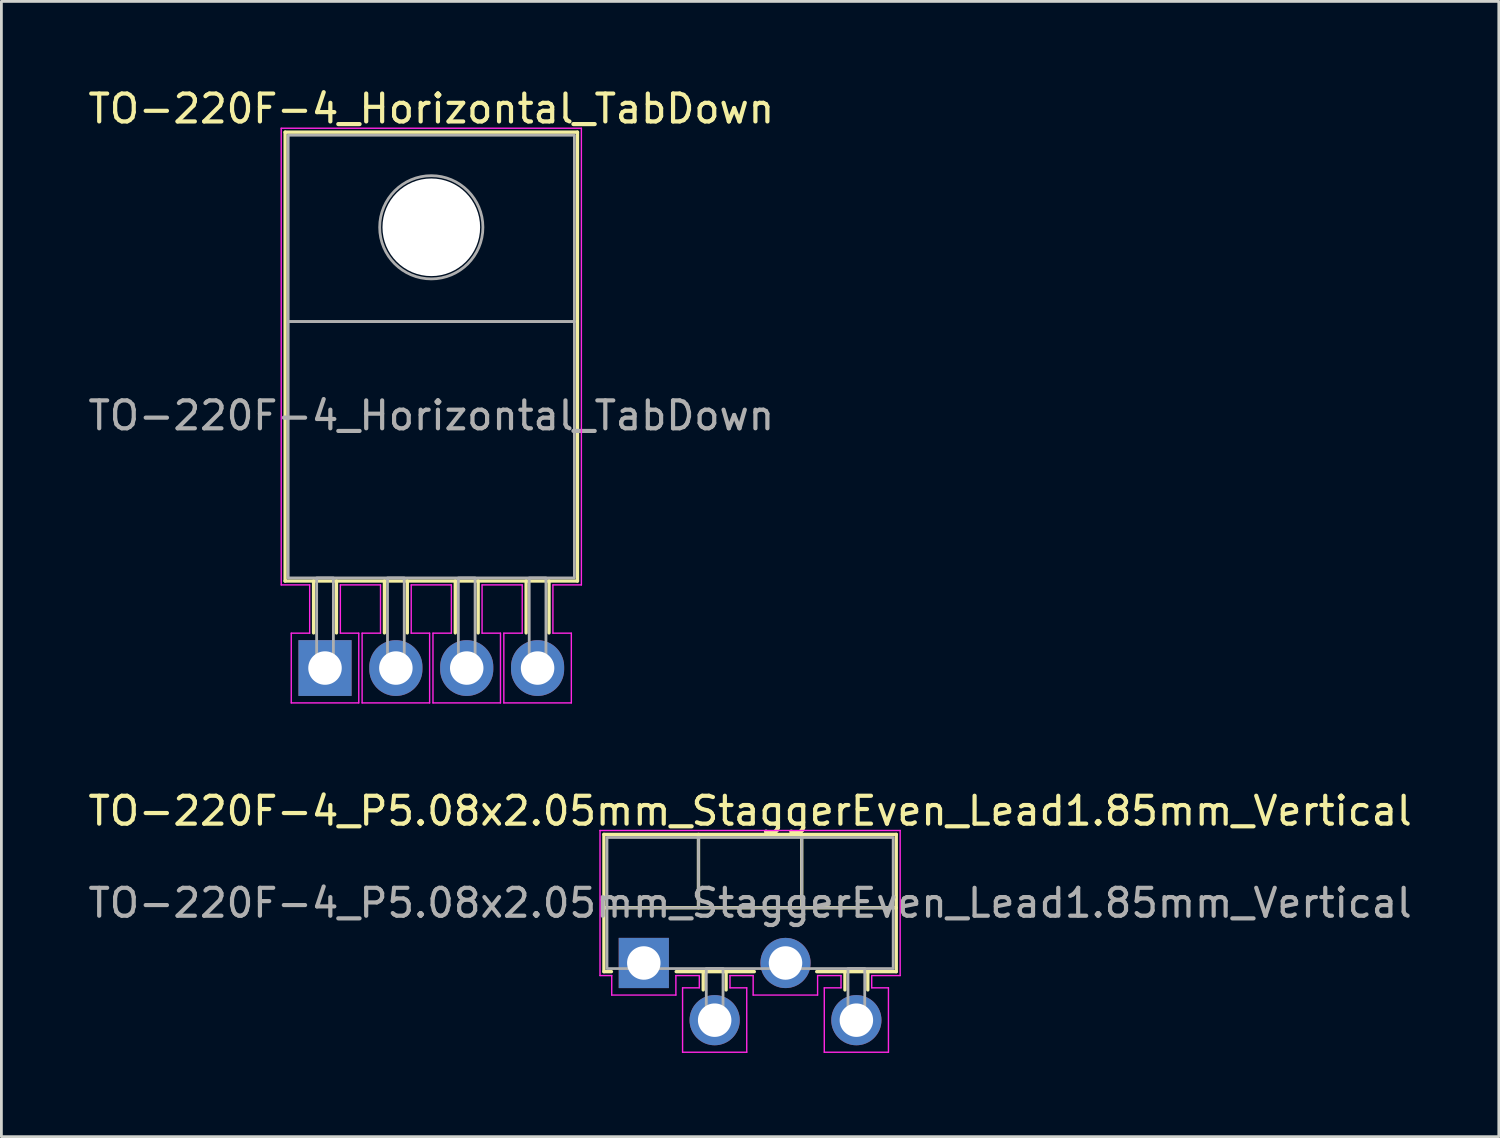
<source format=kicad_pcb>
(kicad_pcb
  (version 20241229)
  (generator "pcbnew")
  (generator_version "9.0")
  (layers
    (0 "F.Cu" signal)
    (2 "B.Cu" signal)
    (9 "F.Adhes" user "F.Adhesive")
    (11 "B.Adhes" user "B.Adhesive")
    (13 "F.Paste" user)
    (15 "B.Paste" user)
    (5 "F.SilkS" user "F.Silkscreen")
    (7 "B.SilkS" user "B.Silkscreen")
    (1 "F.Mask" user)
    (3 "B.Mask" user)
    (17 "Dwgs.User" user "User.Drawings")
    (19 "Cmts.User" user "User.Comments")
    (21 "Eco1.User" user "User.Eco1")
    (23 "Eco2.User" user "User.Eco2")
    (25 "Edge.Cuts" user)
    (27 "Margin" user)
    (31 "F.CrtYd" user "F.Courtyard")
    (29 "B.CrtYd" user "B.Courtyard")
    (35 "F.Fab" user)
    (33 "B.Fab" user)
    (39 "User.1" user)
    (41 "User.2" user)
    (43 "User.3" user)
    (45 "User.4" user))
  (footprint "TO-220F-4_Horizontal_TabDown"
    (layer "F.Cu")
    (at 8.601 20.898)
    (property "Reference" "TO-220F-4_Horizontal_TabDown" (at 3.81 -20.05 0) (layer "F.SilkS") (effects (font (size 1 1) (thickness 0.15))))
    (attr through_hole)
    (fp_line (start -1.43 -19.21) (end 9.05 -19.21) (stroke (width 0.12) (type solid)) (layer "F.SilkS"))
    (fp_line (start -1.43 -3.12) (end -1.43 -19.21) (stroke (width 0.12) (type solid)) (layer "F.SilkS"))
    (fp_line (start -1.43 -3.12) (end 9.05 -3.12) (stroke (width 0.12) (type solid)) (layer "F.SilkS"))
    (fp_line (start -0.41 -3.12) (end -0.41 -1.26) (stroke (width 0.12) (type solid)) (layer "F.SilkS"))
    (fp_line (start 0.41 -3.12) (end 0.41 -1.26) (stroke (width 0.12) (type solid)) (layer "F.SilkS"))
    (fp_line (start 2.13 -3.12) (end 2.13 -1.26) (stroke (width 0.12) (type solid)) (layer "F.SilkS"))
    (fp_line (start 2.95 -3.12) (end 2.95 -1.26) (stroke (width 0.12) (type solid)) (layer "F.SilkS"))
    (fp_line (start 4.67 -3.12) (end 4.67 -1.26) (stroke (width 0.12) (type solid)) (layer "F.SilkS"))
    (fp_line (start 5.49 -3.12) (end 5.49 -1.26) (stroke (width 0.12) (type solid)) (layer "F.SilkS"))
    (fp_line (start 7.21 -3.12) (end 7.21 -1.26) (stroke (width 0.12) (type solid)) (layer "F.SilkS"))
    (fp_line (start 8.03 -3.12) (end 8.03 -1.26) (stroke (width 0.12) (type solid)) (layer "F.SilkS"))
    (fp_line (start 9.05 -3.12) (end 9.05 -19.21) (stroke (width 0.12) (type solid)) (layer "F.SilkS"))
    (fp_line (start -1.57 -19.35) (end 9.19 -19.35) (stroke (width 0.05) (type solid)) (layer "F.CrtYd"))
    (fp_line (start -1.57 -2.98) (end -1.57 -19.35) (stroke (width 0.05) (type solid)) (layer "F.CrtYd"))
    (fp_line (start -1.21 -1.25) (end -0.55 -1.25) (stroke (width 0.05) (type solid)) (layer "F.CrtYd"))
    (fp_line (start -1.21 1.25) (end -1.21 -1.25) (stroke (width 0.05) (type solid)) (layer "F.CrtYd"))
    (fp_line (start -0.55 -2.98) (end -1.57 -2.98) (stroke (width 0.05) (type solid)) (layer "F.CrtYd"))
    (fp_line (start -0.55 -1.25) (end -0.55 -2.98) (stroke (width 0.05) (type solid)) (layer "F.CrtYd"))
    (fp_line (start 0.55 -2.98) (end 0.55 -1.25) (stroke (width 0.05) (type solid)) (layer "F.CrtYd"))
    (fp_line (start 0.55 -1.25) (end 1.21 -1.25) (stroke (width 0.05) (type solid)) (layer "F.CrtYd"))
    (fp_line (start 1.21 -1.25) (end 1.21 1.25) (stroke (width 0.05) (type solid)) (layer "F.CrtYd"))
    (fp_line (start 1.21 1.25) (end -1.21 1.25) (stroke (width 0.05) (type solid)) (layer "F.CrtYd"))
    (fp_line (start 1.33 -1.25) (end 1.99 -1.25) (stroke (width 0.05) (type solid)) (layer "F.CrtYd"))
    (fp_line (start 1.33 1.25) (end 1.33 -1.25) (stroke (width 0.05) (type solid)) (layer "F.CrtYd"))
    (fp_line (start 1.99 -2.98) (end 0.55 -2.98) (stroke (width 0.05) (type solid)) (layer "F.CrtYd"))
    (fp_line (start 1.99 -1.25) (end 1.99 -2.98) (stroke (width 0.05) (type solid)) (layer "F.CrtYd"))
    (fp_line (start 3.09 -2.98) (end 3.09 -1.25) (stroke (width 0.05) (type solid)) (layer "F.CrtYd"))
    (fp_line (start 3.09 -1.25) (end 3.75 -1.25) (stroke (width 0.05) (type solid)) (layer "F.CrtYd"))
    (fp_line (start 3.75 -1.25) (end 3.75 1.25) (stroke (width 0.05) (type solid)) (layer "F.CrtYd"))
    (fp_line (start 3.75 1.25) (end 1.33 1.25) (stroke (width 0.05) (type solid)) (layer "F.CrtYd"))
    (fp_line (start 3.87 -1.25) (end 4.53 -1.25) (stroke (width 0.05) (type solid)) (layer "F.CrtYd"))
    (fp_line (start 3.87 1.25) (end 3.87 -1.25) (stroke (width 0.05) (type solid)) (layer "F.CrtYd"))
    (fp_line (start 4.53 -2.98) (end 3.09 -2.98) (stroke (width 0.05) (type solid)) (layer "F.CrtYd"))
    (fp_line (start 4.53 -1.25) (end 4.53 -2.98) (stroke (width 0.05) (type solid)) (layer "F.CrtYd"))
    (fp_line (start 5.63 -2.98) (end 5.63 -1.25) (stroke (width 0.05) (type solid)) (layer "F.CrtYd"))
    (fp_line (start 5.63 -1.25) (end 6.29 -1.25) (stroke (width 0.05) (type solid)) (layer "F.CrtYd"))
    (fp_line (start 6.29 -1.25) (end 6.29 1.25) (stroke (width 0.05) (type solid)) (layer "F.CrtYd"))
    (fp_line (start 6.29 1.25) (end 3.87 1.25) (stroke (width 0.05) (type solid)) (layer "F.CrtYd"))
    (fp_line (start 6.41 -1.25) (end 7.07 -1.25) (stroke (width 0.05) (type solid)) (layer "F.CrtYd"))
    (fp_line (start 6.41 1.25) (end 6.41 -1.25) (stroke (width 0.05) (type solid)) (layer "F.CrtYd"))
    (fp_line (start 7.07 -2.98) (end 5.63 -2.98) (stroke (width 0.05) (type solid)) (layer "F.CrtYd"))
    (fp_line (start 7.07 -1.25) (end 7.07 -2.98) (stroke (width 0.05) (type solid)) (layer "F.CrtYd"))
    (fp_line (start 8.17 -2.98) (end 8.17 -1.25) (stroke (width 0.05) (type solid)) (layer "F.CrtYd"))
    (fp_line (start 8.17 -1.25) (end 8.83 -1.25) (stroke (width 0.05) (type solid)) (layer "F.CrtYd"))
    (fp_line (start 8.83 -1.25) (end 8.83 1.25) (stroke (width 0.05) (type solid)) (layer "F.CrtYd"))
    (fp_line (start 8.83 1.25) (end 6.41 1.25) (stroke (width 0.05) (type solid)) (layer "F.CrtYd"))
    (fp_line (start 9.19 -19.35) (end 9.19 -2.98) (stroke (width 0.05) (type solid)) (layer "F.CrtYd"))
    (fp_line (start 9.19 -2.98) (end 8.17 -2.98) (stroke (width 0.05) (type solid)) (layer "F.CrtYd"))
    (fp_rect (start -1.32 -19.1) (end 8.94 -12.42) (stroke (width 0.1) (type solid)) (fill no) (layer "F.Fab"))
    (fp_rect (start -1.32 -12.42) (end 8.94 -3.23) (stroke (width 0.1) (type solid)) (fill no) (layer "F.Fab"))
    (fp_rect (start -0.3 -3.23) (end 0.3 0) (stroke (width 0.1) (type solid)) (fill no) (layer "F.Fab"))
    (fp_rect (start 2.24 -3.23) (end 2.84 0) (stroke (width 0.1) (type solid)) (fill no) (layer "F.Fab"))
    (fp_rect (start 4.78 -3.23) (end 5.38 0) (stroke (width 0.1) (type solid)) (fill no) (layer "F.Fab"))
    (fp_rect (start 7.32 -3.23) (end 7.92 0) (stroke (width 0.1) (type solid)) (fill no) (layer "F.Fab"))
    (fp_circle (center 3.81 -15.8) (end 5.66 -15.8) (stroke (width 0.1) (type solid)) (fill no) (layer "F.Fab"))
    (fp_text user "${REFERENCE}" (at 3.81 -9.05 0) (layer "F.Fab") (effects (font (size 1 1) (thickness 0.15))))
    (pad "" np_thru_hole circle (at 3.81 -15.8) (size 3.5 3.5) (drill 3.5) (layers "*.Cu" "*.Mask"))
    (pad "1" thru_hole rect (at 0 0) (size 1.905 2) (drill 1.2) (layers "*.Cu" "*.Mask"))
    (pad "2" thru_hole oval (at 2.54 0) (size 1.905 2) (drill 1.2) (layers "*.Cu" "*.Mask"))
    (pad "3" thru_hole oval (at 5.08 0) (size 1.905 2) (drill 1.2) (layers "*.Cu" "*.Mask"))
    (pad "4" thru_hole oval (at 7.62 0) (size 1.905 2) (drill 1.2) (layers "*.Cu" "*.Mask")))
  (footprint "TO-220F-4_P5.08x2.05mm_StaggerEven_Lead1.85mm_Vertical"
    (layer "F.Cu")
    (at 20.029 31.471)
    (property "Reference" "TO-220F-4_P5.08x2.05mm_StaggerEven_Lead1.85mm_Vertical" (at 3.81 -5.45 0) (layer "F.SilkS") (effects (font (size 1 1) (thickness 0.15))))
    (attr through_hole)
    (fp_line (start -1.43 -4.61) (end 9.05 -4.61) (stroke (width 0.12) (type solid)) (layer "F.SilkS"))
    (fp_line (start -1.43 -1.98) (end 9.05 -1.98) (stroke (width 0.12) (type solid)) (layer "F.SilkS"))
    (fp_line (start -1.43 0.31) (end -1.43 -4.61) (stroke (width 0.12) (type solid)) (layer "F.SilkS"))
    (fp_line (start -1.16 0.31) (end -1.43 0.31) (stroke (width 0.12) (type solid)) (layer "F.SilkS"))
    (fp_line (start 1.96 -4.61) (end 1.96 -1.98) (stroke (width 0.12) (type solid)) (layer "F.SilkS"))
    (fp_line (start 2.13 0.31) (end 2.13 0.965) (stroke (width 0.12) (type solid)) (layer "F.SilkS"))
    (fp_line (start 2.95 0.31) (end 2.95 0.965) (stroke (width 0.12) (type solid)) (layer "F.SilkS"))
    (fp_line (start 3.962 0.31) (end 1.16 0.31) (stroke (width 0.12) (type solid)) (layer "F.SilkS"))
    (fp_line (start 5.66 -4.61) (end 5.66 -1.98) (stroke (width 0.12) (type solid)) (layer "F.SilkS"))
    (fp_line (start 7.21 0.31) (end 7.21 0.965) (stroke (width 0.12) (type solid)) (layer "F.SilkS"))
    (fp_line (start 8.03 0.31) (end 8.03 0.965) (stroke (width 0.12) (type solid)) (layer "F.SilkS"))
    (fp_line (start 9.05 -4.61) (end 9.05 0.31) (stroke (width 0.12) (type solid)) (layer "F.SilkS"))
    (fp_line (start 9.05 0.31) (end 6.198 0.31) (stroke (width 0.12) (type solid)) (layer "F.SilkS"))
    (fp_line (start -1.57 -4.75) (end 9.19 -4.75) (stroke (width 0.05) (type solid)) (layer "F.CrtYd"))
    (fp_line (start -1.57 0.45) (end -1.57 -4.75) (stroke (width 0.05) (type solid)) (layer "F.CrtYd"))
    (fp_line (start -1.15 0.45) (end -1.57 0.45) (stroke (width 0.05) (type solid)) (layer "F.CrtYd"))
    (fp_line (start -1.15 1.15) (end -1.15 0.45) (stroke (width 0.05) (type solid)) (layer "F.CrtYd"))
    (fp_line (start 1.15 0.45) (end 1.15 1.15) (stroke (width 0.05) (type solid)) (layer "F.CrtYd"))
    (fp_line (start 1.15 1.15) (end -1.15 1.15) (stroke (width 0.05) (type solid)) (layer "F.CrtYd"))
    (fp_line (start 1.39 0.89) (end 1.99 0.89) (stroke (width 0.05) (type solid)) (layer "F.CrtYd"))
    (fp_line (start 1.39 3.2) (end 1.39 0.89) (stroke (width 0.05) (type solid)) (layer "F.CrtYd"))
    (fp_line (start 1.99 0.45) (end 1.15 0.45) (stroke (width 0.05) (type solid)) (layer "F.CrtYd"))
    (fp_line (start 1.99 0.89) (end 1.99 0.45) (stroke (width 0.05) (type solid)) (layer "F.CrtYd"))
    (fp_line (start 3.09 0.45) (end 3.09 0.89) (stroke (width 0.05) (type solid)) (layer "F.CrtYd"))
    (fp_line (start 3.09 0.89) (end 3.69 0.89) (stroke (width 0.05) (type solid)) (layer "F.CrtYd"))
    (fp_line (start 3.69 0.89) (end 3.69 3.2) (stroke (width 0.05) (type solid)) (layer "F.CrtYd"))
    (fp_line (start 3.69 3.2) (end 1.39 3.2) (stroke (width 0.05) (type solid)) (layer "F.CrtYd"))
    (fp_line (start 3.92 0.45) (end 3.09 0.45) (stroke (width 0.05) (type solid)) (layer "F.CrtYd"))
    (fp_line (start 3.92 1.15) (end 3.92 0.45) (stroke (width 0.05) (type solid)) (layer "F.CrtYd"))
    (fp_line (start 6.23 0.45) (end 6.23 1.15) (stroke (width 0.05) (type solid)) (layer "F.CrtYd"))
    (fp_line (start 6.23 1.15) (end 3.92 1.15) (stroke (width 0.05) (type solid)) (layer "F.CrtYd"))
    (fp_line (start 6.47 0.89) (end 7.07 0.89) (stroke (width 0.05) (type solid)) (layer "F.CrtYd"))
    (fp_line (start 6.47 3.2) (end 6.47 0.89) (stroke (width 0.05) (type solid)) (layer "F.CrtYd"))
    (fp_line (start 7.07 0.45) (end 6.23 0.45) (stroke (width 0.05) (type solid)) (layer "F.CrtYd"))
    (fp_line (start 7.07 0.89) (end 7.07 0.45) (stroke (width 0.05) (type solid)) (layer "F.CrtYd"))
    (fp_line (start 8.17 0.45) (end 8.17 0.89) (stroke (width 0.05) (type solid)) (layer "F.CrtYd"))
    (fp_line (start 8.17 0.89) (end 8.77 0.89) (stroke (width 0.05) (type solid)) (layer "F.CrtYd"))
    (fp_line (start 8.77 0.89) (end 8.77 3.2) (stroke (width 0.05) (type solid)) (layer "F.CrtYd"))
    (fp_line (start 8.77 3.2) (end 6.47 3.2) (stroke (width 0.05) (type solid)) (layer "F.CrtYd"))
    (fp_line (start 9.19 -4.75) (end 9.19 0.45) (stroke (width 0.05) (type solid)) (layer "F.CrtYd"))
    (fp_line (start 9.19 0.45) (end 8.17 0.45) (stroke (width 0.05) (type solid)) (layer "F.CrtYd"))
    (fp_line (start -1.32 -1.98) (end 8.94 -1.98) (stroke (width 0.1) (type solid)) (layer "F.Fab"))
    (fp_line (start 1.96 -4.5) (end 1.96 -1.98) (stroke (width 0.1) (type solid)) (layer "F.Fab"))
    (fp_line (start 5.66 -4.5) (end 5.66 -1.98) (stroke (width 0.1) (type solid)) (layer "F.Fab"))
    (fp_rect (start -1.32 -4.5) (end 8.94 0.2) (stroke (width 0.1) (type solid)) (fill no) (layer "F.Fab"))
    (fp_rect (start 2.24 0.2) (end 2.84 2.05) (stroke (width 0.1) (type solid)) (fill no) (layer "F.Fab"))
    (fp_rect (start 7.32 0.2) (end 7.92 2.05) (stroke (width 0.1) (type solid)) (fill no) (layer "F.Fab"))
    (fp_text user "${REFERENCE}" (at 3.81 -2.15 0) (layer "F.Fab") (effects (font (size 1 1) (thickness 0.15))))
    (pad "1" thru_hole rect (at 0 0) (size 1.8 1.8) (drill 1.2) (layers "*.Cu" "*.Mask"))
    (pad "2" thru_hole circle (at 2.54 2.05) (size 1.8 1.8) (drill 1.2) (layers "*.Cu" "*.Mask"))
    (pad "3" thru_hole circle (at 5.08 0) (size 1.8 1.8) (drill 1.2) (layers "*.Cu" "*.Mask"))
    (pad "4" thru_hole circle (at 7.62 2.05) (size 1.8 1.8) (drill 1.2) (layers "*.Cu" "*.Mask")))
  (gr_rect
    (start -3 -3)
    (end 50.679 37.697)
    (stroke (width 0.1) (type default))
    (fill no)
    (layer "Edge.Cuts")))
</source>
